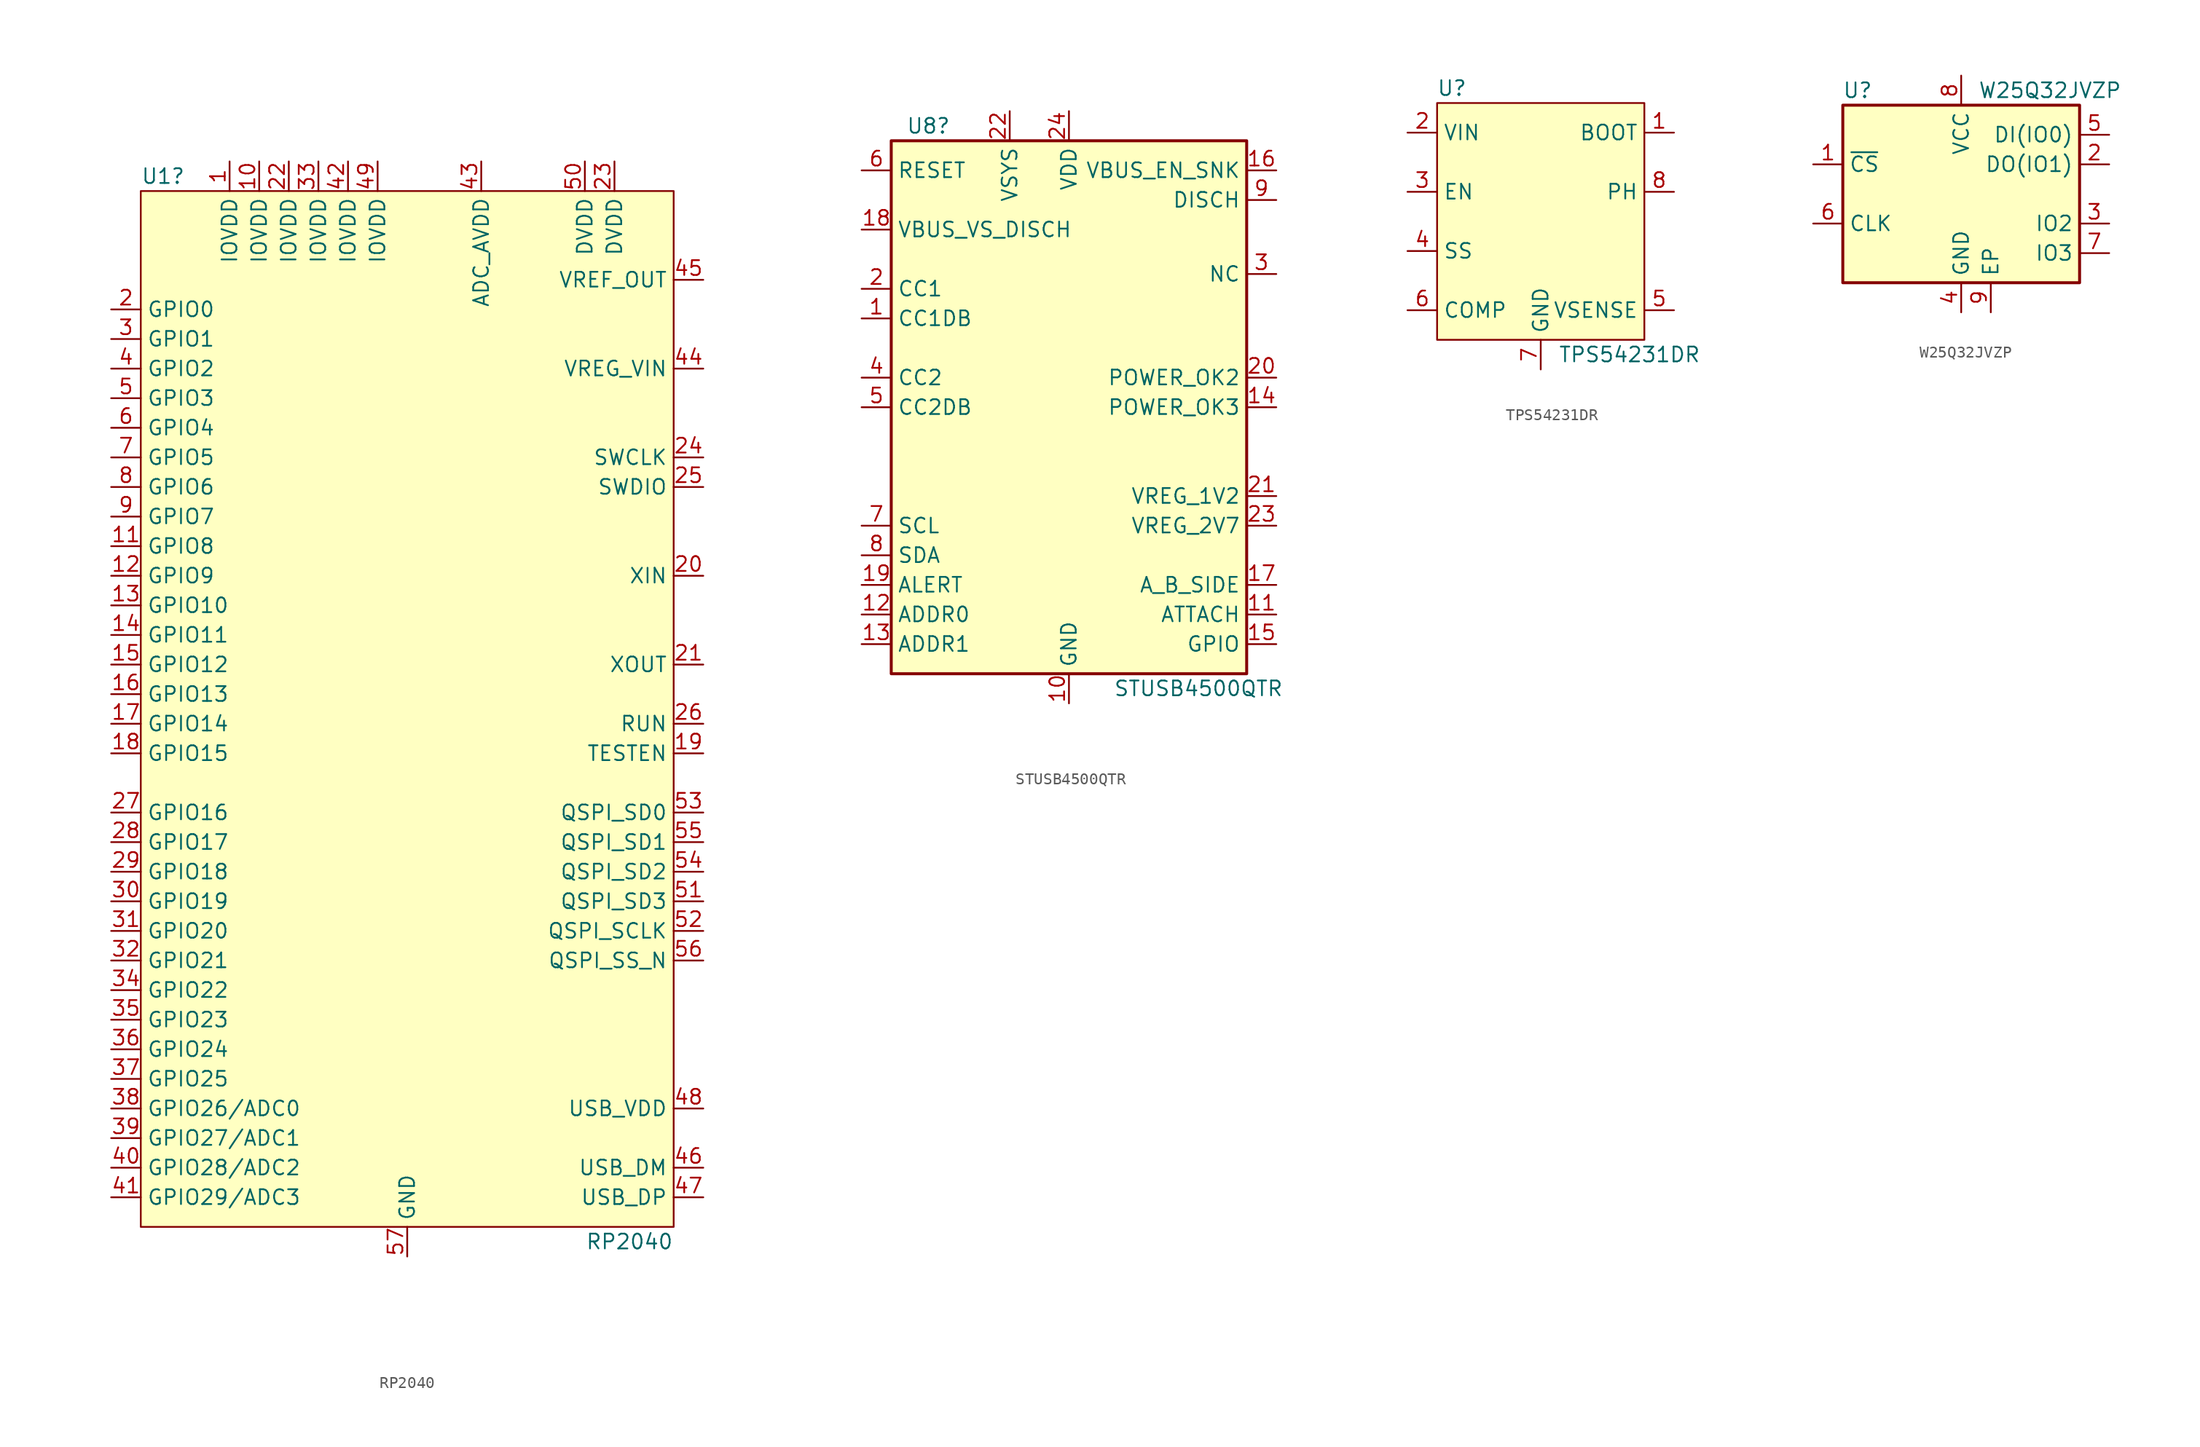
<source format=kicad_sym>
(kicad_symbol_lib
  (version 20220914)
  (generator kicad_symbol_editor)
  (symbol "RP2040"
    (property "Reference" "U1"
      (at -22.86 45.72 0)
      (effects (font (size 1.27 1.27)) (justify left)))
    (property "Value" "RP2040"
      (at 22.86 -45.72 0)
      (effects (font (size 1.27 1.27)) (justify right)))
    (symbol "RP2040_0_1"
      (rectangle (start -22.86 44.45) (end 22.86 -44.45) (stroke (width 0.152) (type default)) (fill (type background))))
    (symbol "RP2040_1_1"
      (pin power_in line (at -15.24 46.99 270) (length 2.54) (name "IOVDD" (effects (font (size 1.27 1.27)))) (number "1" (effects (font (size 1.27 1.27)))))
      (pin power_in line (at -12.7 46.99 270) (length 2.54) (name "IOVDD" (effects (font (size 1.27 1.27)))) (number "10" (effects (font (size 1.27 1.27)))))
      (pin bidirectional line (at -25.4 13.97 0) (length 2.54) (name "GPIO8" (effects (font (size 1.27 1.27)))) (number "11" (effects (font (size 1.27 1.27)))))
      (pin bidirectional line (at -25.4 11.43 0) (length 2.54) (name "GPIO9" (effects (font (size 1.27 1.27)))) (number "12" (effects (font (size 1.27 1.27)))))
      (pin bidirectional line (at -25.4 8.89 0) (length 2.54) (name "GPIO10" (effects (font (size 1.27 1.27)))) (number "13" (effects (font (size 1.27 1.27)))))
      (pin bidirectional line (at -25.4 6.35 0) (length 2.54) (name "GPIO11" (effects (font (size 1.27 1.27)))) (number "14" (effects (font (size 1.27 1.27)))))
      (pin bidirectional line (at -25.4 3.81 0) (length 2.54) (name "GPIO12" (effects (font (size 1.27 1.27)))) (number "15" (effects (font (size 1.27 1.27)))))
      (pin bidirectional line (at -25.4 1.27 0) (length 2.54) (name "GPIO13" (effects (font (size 1.27 1.27)))) (number "16" (effects (font (size 1.27 1.27)))))
      (pin bidirectional line (at -25.4 -1.27 0) (length 2.54) (name "GPIO14" (effects (font (size 1.27 1.27)))) (number "17" (effects (font (size 1.27 1.27)))))
      (pin bidirectional line (at -25.4 -3.81 0) (length 2.54) (name "GPIO15" (effects (font (size 1.27 1.27)))) (number "18" (effects (font (size 1.27 1.27)))))
      (pin bidirectional line (at 25.4 -3.81 180) (length 2.54) (name "TESTEN" (effects (font (size 1.27 1.27)))) (number "19" (effects (font (size 1.27 1.27)))))
      (pin bidirectional line (at -25.4 34.29 0) (length 2.54) (name "GPIO0" (effects (font (size 1.27 1.27)))) (number "2" (effects (font (size 1.27 1.27)))))
      (pin bidirectional line (at 25.4 11.43 180) (length 2.54) (name "XIN" (effects (font (size 1.27 1.27)))) (number "20" (effects (font (size 1.27 1.27)))))
      (pin bidirectional line (at 25.4 3.81 180) (length 2.54) (name "XOUT" (effects (font (size 1.27 1.27)))) (number "21" (effects (font (size 1.27 1.27)))))
      (pin power_in line (at -10.16 46.99 270) (length 2.54) (name "IOVDD" (effects (font (size 1.27 1.27)))) (number "22" (effects (font (size 1.27 1.27)))))
      (pin power_in line (at 17.78 46.99 270) (length 2.54) (name "DVDD" (effects (font (size 1.27 1.27)))) (number "23" (effects (font (size 1.27 1.27)))))
      (pin bidirectional line (at 25.4 21.59 180) (length 2.54) (name "SWCLK" (effects (font (size 1.27 1.27)))) (number "24" (effects (font (size 1.27 1.27)))))
      (pin bidirectional line (at 25.4 19.05 180) (length 2.54) (name "SWDIO" (effects (font (size 1.27 1.27)))) (number "25" (effects (font (size 1.27 1.27)))))
      (pin bidirectional line (at 25.4 -1.27 180) (length 2.54) (name "RUN" (effects (font (size 1.27 1.27)))) (number "26" (effects (font (size 1.27 1.27)))))
      (pin bidirectional line (at -25.4 -8.89 0) (length 2.54) (name "GPIO16" (effects (font (size 1.27 1.27)))) (number "27" (effects (font (size 1.27 1.27)))))
      (pin bidirectional line (at -25.4 -11.43 0) (length 2.54) (name "GPIO17" (effects (font (size 1.27 1.27)))) (number "28" (effects (font (size 1.27 1.27)))))
      (pin bidirectional line (at -25.4 -13.97 0) (length 2.54) (name "GPIO18" (effects (font (size 1.27 1.27)))) (number "29" (effects (font (size 1.27 1.27)))))
      (pin bidirectional line (at -25.4 31.75 0) (length 2.54) (name "GPIO1" (effects (font (size 1.27 1.27)))) (number "3" (effects (font (size 1.27 1.27)))))
      (pin bidirectional line (at -25.4 -16.51 0) (length 2.54) (name "GPIO19" (effects (font (size 1.27 1.27)))) (number "30" (effects (font (size 1.27 1.27)))))
      (pin bidirectional line (at -25.4 -19.05 0) (length 2.54) (name "GPIO20" (effects (font (size 1.27 1.27)))) (number "31" (effects (font (size 1.27 1.27)))))
      (pin bidirectional line (at -25.4 -21.59 0) (length 2.54) (name "GPIO21" (effects (font (size 1.27 1.27)))) (number "32" (effects (font (size 1.27 1.27)))))
      (pin power_in line (at -7.62 46.99 270) (length 2.54) (name "IOVDD" (effects (font (size 1.27 1.27)))) (number "33" (effects (font (size 1.27 1.27)))))
      (pin bidirectional line (at -25.4 -24.13 0) (length 2.54) (name "GPIO22" (effects (font (size 1.27 1.27)))) (number "34" (effects (font (size 1.27 1.27)))))
      (pin bidirectional line (at -25.4 -26.67 0) (length 2.54) (name "GPIO23" (effects (font (size 1.27 1.27)))) (number "35" (effects (font (size 1.27 1.27)))))
      (pin bidirectional line (at -25.4 -29.21 0) (length 2.54) (name "GPIO24" (effects (font (size 1.27 1.27)))) (number "36" (effects (font (size 1.27 1.27)))))
      (pin bidirectional line (at -25.4 -31.75 0) (length 2.54) (name "GPIO25" (effects (font (size 1.27 1.27)))) (number "37" (effects (font (size 1.27 1.27)))))
      (pin bidirectional line (at -25.4 -34.29 0) (length 2.54) (name "GPIO26/ADC0" (effects (font (size 1.27 1.27)))) (number "38" (effects (font (size 1.27 1.27)))))
      (pin bidirectional line (at -25.4 -36.83 0) (length 2.54) (name "GPIO27/ADC1" (effects (font (size 1.27 1.27)))) (number "39" (effects (font (size 1.27 1.27)))))
      (pin bidirectional line (at -25.4 29.21 0) (length 2.54) (name "GPIO2" (effects (font (size 1.27 1.27)))) (number "4" (effects (font (size 1.27 1.27)))))
      (pin bidirectional line (at -25.4 -39.37 0) (length 2.54) (name "GPIO28/ADC2" (effects (font (size 1.27 1.27)))) (number "40" (effects (font (size 1.27 1.27)))))
      (pin bidirectional line (at -25.4 -41.91 0) (length 2.54) (name "GPIO29/ADC3" (effects (font (size 1.27 1.27)))) (number "41" (effects (font (size 1.27 1.27)))))
      (pin power_in line (at -5.08 46.99 270) (length 2.54) (name "IOVDD" (effects (font (size 1.27 1.27)))) (number "42" (effects (font (size 1.27 1.27)))))
      (pin power_in line (at 6.35 46.99 270) (length 2.54) (name "ADC_AVDD" (effects (font (size 1.27 1.27)))) (number "43" (effects (font (size 1.27 1.27)))))
      (pin power_in line (at 25.4 29.21 180) (length 2.54) (name "VREG_VIN" (effects (font (size 1.27 1.27)))) (number "44" (effects (font (size 1.27 1.27)))))
      (pin power_in line (at 25.4 36.83 180) (length 2.54) (name "VREF_OUT" (effects (font (size 1.27 1.27)))) (number "45" (effects (font (size 1.27 1.27)))))
      (pin bidirectional line (at 25.4 -39.37 180) (length 2.54) (name "USB_DM" (effects (font (size 1.27 1.27)))) (number "46" (effects (font (size 1.27 1.27)))))
      (pin bidirectional line (at 25.4 -41.91 180) (length 2.54) (name "USB_DP" (effects (font (size 1.27 1.27)))) (number "47" (effects (font (size 1.27 1.27)))))
      (pin power_in line (at 25.4 -34.29 180) (length 2.54) (name "USB_VDD" (effects (font (size 1.27 1.27)))) (number "48" (effects (font (size 1.27 1.27)))))
      (pin power_in line (at -2.54 46.99 270) (length 2.54) (name "IOVDD" (effects (font (size 1.27 1.27)))) (number "49" (effects (font (size 1.27 1.27)))))
      (pin bidirectional line (at -25.4 26.67 0) (length 2.54) (name "GPIO3" (effects (font (size 1.27 1.27)))) (number "5" (effects (font (size 1.27 1.27)))))
      (pin power_in line (at 15.24 46.99 270) (length 2.54) (name "DVDD" (effects (font (size 1.27 1.27)))) (number "50" (effects (font (size 1.27 1.27)))))
      (pin bidirectional line (at 25.4 -16.51 180) (length 2.54) (name "QSPI_SD3" (effects (font (size 1.27 1.27)))) (number "51" (effects (font (size 1.27 1.27)))))
      (pin bidirectional line (at 25.4 -19.05 180) (length 2.54) (name "QSPI_SCLK" (effects (font (size 1.27 1.27)))) (number "52" (effects (font (size 1.27 1.27)))))
      (pin bidirectional line (at 25.4 -8.89 180) (length 2.54) (name "QSPI_SD0" (effects (font (size 1.27 1.27)))) (number "53" (effects (font (size 1.27 1.27)))))
      (pin bidirectional line (at 25.4 -13.97 180) (length 2.54) (name "QSPI_SD2" (effects (font (size 1.27 1.27)))) (number "54" (effects (font (size 1.27 1.27)))))
      (pin bidirectional line (at 25.4 -11.43 180) (length 2.54) (name "QSPI_SD1" (effects (font (size 1.27 1.27)))) (number "55" (effects (font (size 1.27 1.27)))))
      (pin bidirectional line (at 25.4 -21.59 180) (length 2.54) (name "QSPI_SS_N" (effects (font (size 1.27 1.27)))) (number "56" (effects (font (size 1.27 1.27)))))
      (pin bidirectional line (at 0 -46.99 90) (length 2.54) (name "GND" (effects (font (size 1.27 1.27)))) (number "57" (effects (font (size 1.27 1.27)))))
      (pin bidirectional line (at -25.4 24.13 0) (length 2.54) (name "GPIO4" (effects (font (size 1.27 1.27)))) (number "6" (effects (font (size 1.27 1.27)))))
      (pin bidirectional line (at -25.4 21.59 0) (length 2.54) (name "GPIO5" (effects (font (size 1.27 1.27)))) (number "7" (effects (font (size 1.27 1.27)))))
      (pin bidirectional line (at -25.4 19.05 0) (length 2.54) (name "GPIO6" (effects (font (size 1.27 1.27)))) (number "8" (effects (font (size 1.27 1.27)))))
      (pin bidirectional line (at -25.4 16.51 0) (length 2.54) (name "GPIO7" (effects (font (size 1.27 1.27)))) (number "9" (effects (font (size 1.27 1.27)))))))
  (symbol "STUSB4500QTR"
    (property "Reference" "U8"
      (at -13.97 26.67 0)
      (effects (font (size 1.27 1.27)) (justify left)))
    (property "Value" "STUSB4500QTR"
      (at 3.81 -21.59 0)
      (effects (font (size 1.27 1.27)) (justify left)))
    (symbol "STUSB4500QTR_0_1"
      (rectangle (start -15.24 25.4) (end 15.24 -20.32) (stroke (width 0.254) (type default)) (fill (type background))))
    (symbol "STUSB4500QTR_1_1"
      (pin bidirectional line (at -17.78 10.16 0) (length 2.54) (name "CC1DB" (effects (font (size 1.27 1.27)))) (number "1" (effects (font (size 1.27 1.27)))))
      (pin power_in line (at 0 -22.86 90) (length 2.54) (name "GND" (effects (font (size 1.27 1.27)))) (number "10" (effects (font (size 1.27 1.27)))))
      (pin open_collector line (at 17.78 -15.24 180) (length 2.54) (name "ATTACH" (effects (font (size 1.27 1.27)))) (number "11" (effects (font (size 1.27 1.27)))))
      (pin input line (at -17.78 -15.24 0) (length 2.54) (name "ADDR0" (effects (font (size 1.27 1.27)))) (number "12" (effects (font (size 1.27 1.27)))))
      (pin input line (at -17.78 -17.78 0) (length 2.54) (name "ADDR1" (effects (font (size 1.27 1.27)))) (number "13" (effects (font (size 1.27 1.27)))))
      (pin open_collector line (at 17.78 2.54 180) (length 2.54) (name "POWER_OK3" (effects (font (size 1.27 1.27)))) (number "14" (effects (font (size 1.27 1.27)))))
      (pin open_collector line (at 17.78 -17.78 180) (length 2.54) (name "GPIO" (effects (font (size 1.27 1.27)))) (number "15" (effects (font (size 1.27 1.27)))))
      (pin open_collector line (at 17.78 22.86 180) (length 2.54) (name "VBUS_EN_SNK" (effects (font (size 1.27 1.27)))) (number "16" (effects (font (size 1.27 1.27)))))
      (pin open_collector line (at 17.78 -12.7 180) (length 2.54) (name "A_B_SIDE" (effects (font (size 1.27 1.27)))) (number "17" (effects (font (size 1.27 1.27)))))
      (pin input line (at -17.78 17.78 0) (length 2.54) (name "VBUS_VS_DISCH" (effects (font (size 1.27 1.27)))) (number "18" (effects (font (size 1.27 1.27)))))
      (pin open_collector line (at -17.78 -12.7 0) (length 2.54) (name "ALERT" (effects (font (size 1.27 1.27)))) (number "19" (effects (font (size 1.27 1.27)))))
      (pin bidirectional line (at -17.78 12.7 0) (length 2.54) (name "CC1" (effects (font (size 1.27 1.27)))) (number "2" (effects (font (size 1.27 1.27)))))
      (pin open_collector line (at 17.78 5.08 180) (length 2.54) (name "POWER_OK2" (effects (font (size 1.27 1.27)))) (number "20" (effects (font (size 1.27 1.27)))))
      (pin power_out line (at 17.78 -5.08 180) (length 2.54) (name "VREG_1V2" (effects (font (size 1.27 1.27)))) (number "21" (effects (font (size 1.27 1.27)))))
      (pin power_in line (at -5.08 27.94 270) (length 2.54) (name "VSYS" (effects (font (size 1.27 1.27)))) (number "22" (effects (font (size 1.27 1.27)))))
      (pin power_out line (at 17.78 -7.62 180) (length 2.54) (name "VREG_2V7" (effects (font (size 1.27 1.27)))) (number "23" (effects (font (size 1.27 1.27)))))
      (pin power_in line (at 0 27.94 270) (length 2.54) (name "VDD" (effects (font (size 1.27 1.27)))) (number "24" (effects (font (size 1.27 1.27)))))
      (pin passive line (at 0 -22.86 90) (length 2.54) hide (name "GND" (effects (font (size 1.27 1.27)))) (number "25" (effects (font (size 1.27 1.27)))))
      (pin passive line (at 17.78 13.97 180) (length 2.54) (name "NC" (effects (font (size 1.27 1.27)))) (number "3" (effects (font (size 1.27 1.27)))))
      (pin bidirectional line (at -17.78 5.08 0) (length 2.54) (name "CC2" (effects (font (size 1.27 1.27)))) (number "4" (effects (font (size 1.27 1.27)))))
      (pin bidirectional line (at -17.78 2.54 0) (length 2.54) (name "CC2DB" (effects (font (size 1.27 1.27)))) (number "5" (effects (font (size 1.27 1.27)))))
      (pin input line (at -17.78 22.86 0) (length 2.54) (name "RESET" (effects (font (size 1.27 1.27)))) (number "6" (effects (font (size 1.27 1.27)))))
      (pin input line (at -17.78 -7.62 0) (length 2.54) (name "SCL" (effects (font (size 1.27 1.27)))) (number "7" (effects (font (size 1.27 1.27)))))
      (pin bidirectional line (at -17.78 -10.16 0) (length 2.54) (name "SDA" (effects (font (size 1.27 1.27)))) (number "8" (effects (font (size 1.27 1.27)))))
      (pin bidirectional line (at 17.78 20.32 180) (length 2.54) (name "DISCH" (effects (font (size 1.27 1.27)))) (number "9" (effects (font (size 1.27 1.27)))))))
  (symbol "TPS54231DR"
    (property "Reference" "U"
      (at -7.62 11.43 0)
      (effects (font (size 1.27 1.27))))
    (property "Value" "TPS54231DR"
      (at 7.62 -11.43 0)
      (effects (font (size 1.27 1.27))))
    (symbol "TPS54231DR_0_1"
      (rectangle (start -8.89 10.16) (end 8.89 -10.16) (stroke (width 0.152) (type default)) (fill (type background))))
    (symbol "TPS54231DR_1_1"
      (pin bidirectional line (at 11.43 7.62 180) (length 2.54) (name "BOOT" (effects (font (size 1.27 1.27)))) (number "1" (effects (font (size 1.27 1.27)))))
      (pin power_in line (at -11.43 7.62 0) (length 2.54) (name "VIN" (effects (font (size 1.27 1.27)))) (number "2" (effects (font (size 1.27 1.27)))))
      (pin input line (at -11.43 2.54 0) (length 2.54) (name "EN" (effects (font (size 1.27 1.27)))) (number "3" (effects (font (size 1.27 1.27)))))
      (pin input line (at -11.43 -2.54 0) (length 2.54) (name "SS" (effects (font (size 1.27 1.27)))) (number "4" (effects (font (size 1.27 1.27)))))
      (pin input line (at 11.43 -7.62 180) (length 2.54) (name "VSENSE" (effects (font (size 1.27 1.27)))) (number "5" (effects (font (size 1.27 1.27)))))
      (pin output line (at -11.43 -7.62 0) (length 2.54) (name "COMP" (effects (font (size 1.27 1.27)))) (number "6" (effects (font (size 1.27 1.27)))))
      (pin power_in line (at 0 -12.7 90) (length 2.54) (name "GND" (effects (font (size 1.27 1.27)))) (number "7" (effects (font (size 1.27 1.27)))))
      (pin output line (at 11.43 2.54 180) (length 2.54) (name "PH" (effects (font (size 1.27 1.27)))) (number "8" (effects (font (size 1.27 1.27)))))))
  (symbol "W25Q32JVZP"
    (property "Reference" "U"
      (at -8.89 8.89 0)
      (effects (font (size 1.27 1.27))))
    (property "Value" "W25Q32JVZP"
      (at 7.62 8.89 0)
      (effects (font (size 1.27 1.27))))
    (symbol "W25Q32JVZP_0_1"
      (rectangle (start -10.16 7.62) (end 10.16 -7.62) (stroke (width 0.254) (type default)) (fill (type background))))
    (symbol "W25Q32JVZP_1_1"
      (pin input line (at -12.7 2.54 0) (length 2.54) (name "~{CS}" (effects (font (size 1.27 1.27)))) (number "1" (effects (font (size 1.27 1.27)))))
      (pin bidirectional line (at 12.7 2.54 180) (length 2.54) (name "DO(IO1)" (effects (font (size 1.27 1.27)))) (number "2" (effects (font (size 1.27 1.27)))))
      (pin bidirectional line (at 12.7 -2.54 180) (length 2.54) (name "IO2" (effects (font (size 1.27 1.27)))) (number "3" (effects (font (size 1.27 1.27)))))
      (pin power_in line (at 0 -10.16 90) (length 2.54) (name "GND" (effects (font (size 1.27 1.27)))) (number "4" (effects (font (size 1.27 1.27)))))
      (pin bidirectional line (at 12.7 5.08 180) (length 2.54) (name "DI(IO0)" (effects (font (size 1.27 1.27)))) (number "5" (effects (font (size 1.27 1.27)))))
      (pin input line (at -12.7 -2.54 0) (length 2.54) (name "CLK" (effects (font (size 1.27 1.27)))) (number "6" (effects (font (size 1.27 1.27)))))
      (pin bidirectional line (at 12.7 -5.08 180) (length 2.54) (name "IO3" (effects (font (size 1.27 1.27)))) (number "7" (effects (font (size 1.27 1.27)))))
      (pin power_in line (at 0 10.16 270) (length 2.54) (name "VCC" (effects (font (size 1.27 1.27)))) (number "8" (effects (font (size 1.27 1.27)))))
      (pin passive line (at 2.54 -10.16 90) (length 2.54) (name "EP" (effects (font (size 1.27 1.27)))) (number "9" (effects (font (size 1.27 1.27))))))))
</source>
